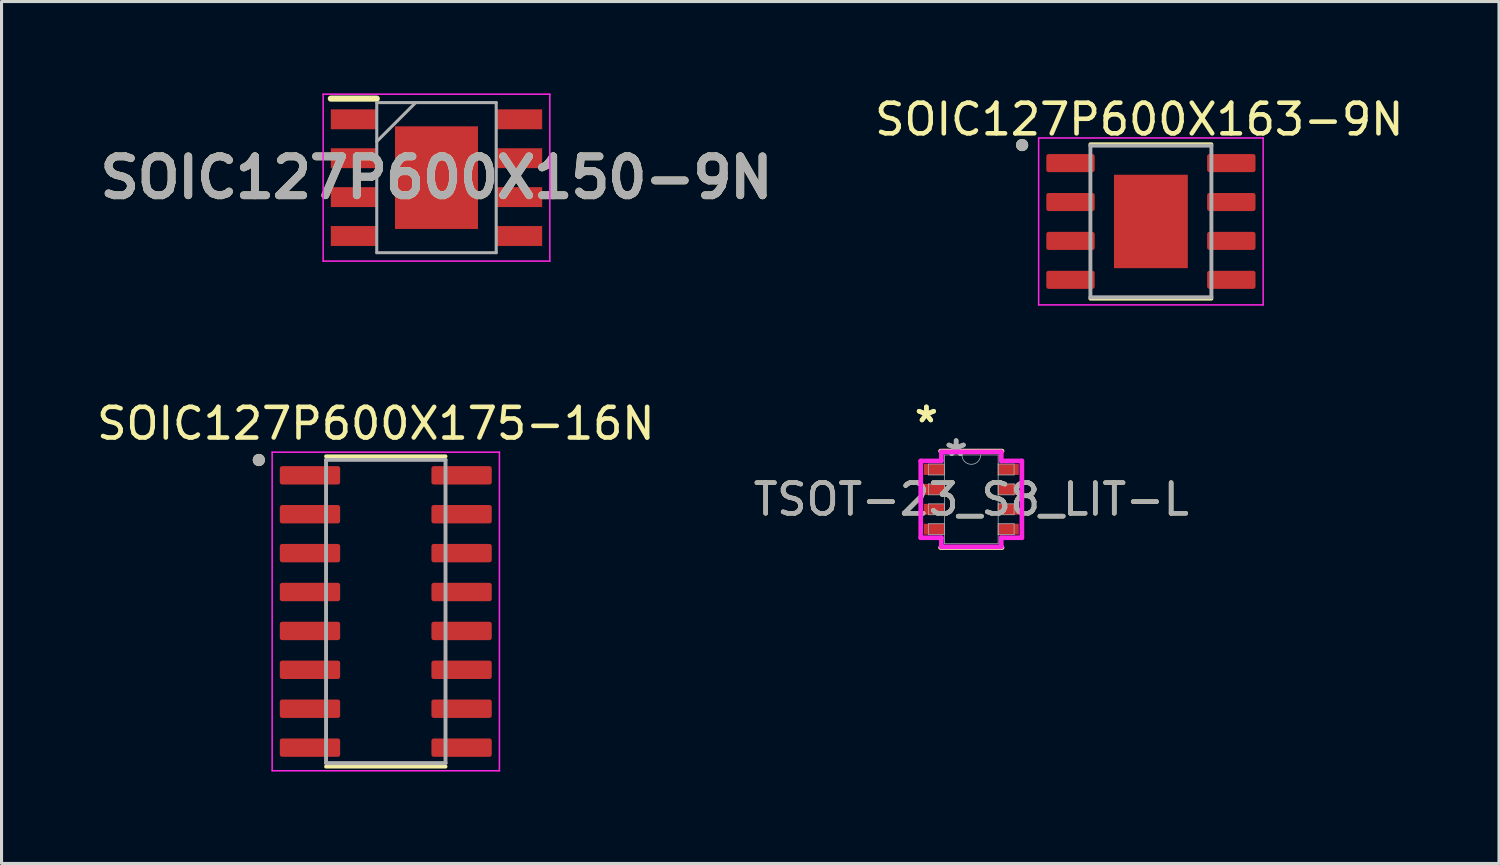
<source format=kicad_pcb>
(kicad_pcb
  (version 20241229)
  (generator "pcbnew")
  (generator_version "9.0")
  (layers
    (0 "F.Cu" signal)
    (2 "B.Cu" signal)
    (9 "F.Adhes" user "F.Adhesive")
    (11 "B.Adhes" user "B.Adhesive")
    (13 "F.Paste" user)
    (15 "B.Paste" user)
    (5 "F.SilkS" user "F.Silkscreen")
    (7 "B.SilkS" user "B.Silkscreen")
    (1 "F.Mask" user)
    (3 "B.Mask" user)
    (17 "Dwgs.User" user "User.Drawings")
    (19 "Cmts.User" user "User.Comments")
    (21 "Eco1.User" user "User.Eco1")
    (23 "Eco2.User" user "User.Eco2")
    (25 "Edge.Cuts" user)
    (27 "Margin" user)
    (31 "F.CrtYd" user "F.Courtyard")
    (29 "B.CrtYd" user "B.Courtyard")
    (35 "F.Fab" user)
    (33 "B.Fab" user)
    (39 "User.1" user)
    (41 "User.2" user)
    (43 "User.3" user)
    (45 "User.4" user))
  (footprint "SOIC127P600X175-16N"
    (layer "F.Cu")
    (at 9.545 16.913)
    (property "Reference" "SOIC127P600X175-16N" (at -0.325 -6.135 0) (layer "F.SilkS") (effects (font (size 1 1) (thickness 0.15))))
    (attr smd)
    (fp_line (start -1.95 -5.065) (end 1.95 -5.065) (stroke (width 0.127) (type solid)) (layer "F.SilkS"))
    (fp_line (start -1.95 5.065) (end 1.95 5.065) (stroke (width 0.127) (type solid)) (layer "F.SilkS"))
    (fp_circle (center -4.145 -4.945) (end -4.045 -4.945) (stroke (width 0.2) (type solid)) (fill no) (layer "F.SilkS"))
    (fp_line (start -3.71 -5.2) (end -3.71 5.2) (stroke (width 0.05) (type solid)) (layer "F.CrtYd"))
    (fp_line (start -3.71 -5.2) (end 3.71 -5.2) (stroke (width 0.05) (type solid)) (layer "F.CrtYd"))
    (fp_line (start -3.71 5.2) (end 3.71 5.2) (stroke (width 0.05) (type solid)) (layer "F.CrtYd"))
    (fp_line (start 3.71 -5.2) (end 3.71 5.2) (stroke (width 0.05) (type solid)) (layer "F.CrtYd"))
    (fp_line (start -1.95 -4.95) (end -1.95 4.95) (stroke (width 0.127) (type solid)) (layer "F.Fab"))
    (fp_line (start -1.95 -4.95) (end 1.95 -4.95) (stroke (width 0.127) (type solid)) (layer "F.Fab"))
    (fp_line (start -1.95 4.95) (end 1.95 4.95) (stroke (width 0.127) (type solid)) (layer "F.Fab"))
    (fp_line (start 1.95 -4.95) (end 1.95 4.95) (stroke (width 0.127) (type solid)) (layer "F.Fab"))
    (fp_circle (center -4.145 -4.945) (end -4.045 -4.945) (stroke (width 0.2) (type solid)) (fill no) (layer "F.Fab"))
    (pad "1" smd roundrect (at -2.475 -4.445) (size 1.97 0.6) (layers "F.Cu" "F.Mask" "F.Paste") (roundrect_rratio 0.125))
    (pad "2" smd roundrect (at -2.475 -3.175) (size 1.97 0.6) (layers "F.Cu" "F.Mask" "F.Paste") (roundrect_rratio 0.125))
    (pad "3" smd roundrect (at -2.475 -1.905) (size 1.97 0.6) (layers "F.Cu" "F.Mask" "F.Paste") (roundrect_rratio 0.125))
    (pad "4" smd roundrect (at -2.475 -0.635) (size 1.97 0.6) (layers "F.Cu" "F.Mask" "F.Paste") (roundrect_rratio 0.125))
    (pad "5" smd roundrect (at -2.475 0.635) (size 1.97 0.6) (layers "F.Cu" "F.Mask" "F.Paste") (roundrect_rratio 0.125))
    (pad "6" smd roundrect (at -2.475 1.905) (size 1.97 0.6) (layers "F.Cu" "F.Mask" "F.Paste") (roundrect_rratio 0.125))
    (pad "7" smd roundrect (at -2.475 3.175) (size 1.97 0.6) (layers "F.Cu" "F.Mask" "F.Paste") (roundrect_rratio 0.125))
    (pad "8" smd roundrect (at -2.475 4.445) (size 1.97 0.6) (layers "F.Cu" "F.Mask" "F.Paste") (roundrect_rratio 0.125))
    (pad "9" smd roundrect (at 2.475 4.445) (size 1.97 0.6) (layers "F.Cu" "F.Mask" "F.Paste") (roundrect_rratio 0.125))
    (pad "10" smd roundrect (at 2.475 3.175) (size 1.97 0.6) (layers "F.Cu" "F.Mask" "F.Paste") (roundrect_rratio 0.125))
    (pad "11" smd roundrect (at 2.475 1.905) (size 1.97 0.6) (layers "F.Cu" "F.Mask" "F.Paste") (roundrect_rratio 0.125))
    (pad "12" smd roundrect (at 2.475 0.635) (size 1.97 0.6) (layers "F.Cu" "F.Mask" "F.Paste") (roundrect_rratio 0.125))
    (pad "13" smd roundrect (at 2.475 -0.635) (size 1.97 0.6) (layers "F.Cu" "F.Mask" "F.Paste") (roundrect_rratio 0.125))
    (pad "14" smd roundrect (at 2.475 -1.905) (size 1.97 0.6) (layers "F.Cu" "F.Mask" "F.Paste") (roundrect_rratio 0.125))
    (pad "15" smd roundrect (at 2.475 -3.175) (size 1.97 0.6) (layers "F.Cu" "F.Mask" "F.Paste") (roundrect_rratio 0.125))
    (pad "16" smd roundrect (at 2.475 -4.445) (size 1.97 0.6) (layers "F.Cu" "F.Mask" "F.Paste") (roundrect_rratio 0.125)))
  (footprint "SOIC127P600X150-9N"
    (layer "F.Cu")
    (at 11.2 2.75)
    (property "Reference" "SOIC127P600X150-9N" (at 0 0 0) (layer "F.SilkS") (effects (font (size 1.27 1.27) (thickness 0.254))))
    (attr smd)
    (fp_line (start -3.45 -2.58) (end -1.95 -2.58) (stroke (width 0.2) (type solid)) (layer "F.SilkS"))
    (fp_line (start -3.7 -2.725) (end 3.7 -2.725) (stroke (width 0.05) (type solid)) (layer "F.CrtYd"))
    (fp_line (start -3.7 2.725) (end -3.7 -2.725) (stroke (width 0.05) (type solid)) (layer "F.CrtYd"))
    (fp_line (start 3.7 -2.725) (end 3.7 2.725) (stroke (width 0.05) (type solid)) (layer "F.CrtYd"))
    (fp_line (start 3.7 2.725) (end -3.7 2.725) (stroke (width 0.05) (type solid)) (layer "F.CrtYd"))
    (fp_line (start -1.95 -2.45) (end 1.95 -2.45) (stroke (width 0.1) (type solid)) (layer "F.Fab"))
    (fp_line (start -1.95 -1.18) (end -0.68 -2.45) (stroke (width 0.1) (type solid)) (layer "F.Fab"))
    (fp_line (start -1.95 2.45) (end -1.95 -2.45) (stroke (width 0.1) (type solid)) (layer "F.Fab"))
    (fp_line (start 1.95 -2.45) (end 1.95 2.45) (stroke (width 0.1) (type solid)) (layer "F.Fab"))
    (fp_line (start 1.95 2.45) (end -1.95 2.45) (stroke (width 0.1) (type solid)) (layer "F.Fab"))
    (fp_text user "${REFERENCE}" (at 0 0 0) (layer "F.Fab") (effects (font (size 1.27 1.27) (thickness 0.254))))
    (pad "1" smd rect (at -2.7 -1.905 90) (size 0.65 1.5) (layers "F.Cu" "F.Mask" "F.Paste"))
    (pad "2" smd rect (at -2.7 -0.635 90) (size 0.65 1.5) (layers "F.Cu" "F.Mask" "F.Paste"))
    (pad "3" smd rect (at -2.7 0.635 90) (size 0.65 1.5) (layers "F.Cu" "F.Mask" "F.Paste"))
    (pad "4" smd rect (at -2.7 1.905 90) (size 0.65 1.5) (layers "F.Cu" "F.Mask" "F.Paste"))
    (pad "5" smd rect (at 2.7 1.905 90) (size 0.65 1.5) (layers "F.Cu" "F.Mask" "F.Paste"))
    (pad "6" smd rect (at 2.7 0.635 90) (size 0.65 1.5) (layers "F.Cu" "F.Mask" "F.Paste"))
    (pad "7" smd rect (at 2.7 -0.635 90) (size 0.65 1.5) (layers "F.Cu" "F.Mask" "F.Paste"))
    (pad "8" smd rect (at 2.7 -1.905 90) (size 0.65 1.5) (layers "F.Cu" "F.Mask" "F.Paste"))
    (pad "9" smd rect (at 0 0) (size 2.71 3.35) (layers "F.Cu" "F.Mask" "F.Paste")))
  (footprint "TSOT-23_S8_LIT-L"
    (layer "F.Cu")
    (at 28.661 13.252)
    (property "Reference" "TSOT-23_S8_LIT-L" (at 0 0 0) (unlocked yes) (layer "F.SilkS") (effects (font (size 1 1) (thickness 0.15))))
    (attr smd)
    (fp_line (start -1.003 1.575) (end 1.003 1.575) (stroke (width 0.152) (type solid)) (layer "F.SilkS"))
    (fp_line (start 1.003 -1.575) (end -1.003 -1.575) (stroke (width 0.152) (type solid)) (layer "F.SilkS"))
    (fp_line (start -1.651 -1.254) (end -0.978 -1.254) (stroke (width 0.152) (type solid)) (layer "F.CrtYd"))
    (fp_line (start -1.651 1.254) (end -1.651 -1.254) (stroke (width 0.152) (type solid)) (layer "F.CrtYd"))
    (fp_line (start -1.651 1.254) (end -0.978 1.254) (stroke (width 0.152) (type solid)) (layer "F.CrtYd"))
    (fp_line (start -0.978 -1.549) (end 0.978 -1.549) (stroke (width 0.152) (type solid)) (layer "F.CrtYd"))
    (fp_line (start -0.978 -1.254) (end -0.978 -1.549) (stroke (width 0.152) (type solid)) (layer "F.CrtYd"))
    (fp_line (start -0.978 1.549) (end -0.978 1.254) (stroke (width 0.152) (type solid)) (layer "F.CrtYd"))
    (fp_line (start 0.978 -1.549) (end 0.978 -1.254) (stroke (width 0.152) (type solid)) (layer "F.CrtYd"))
    (fp_line (start 0.978 1.254) (end 0.978 1.549) (stroke (width 0.152) (type solid)) (layer "F.CrtYd"))
    (fp_line (start 0.978 1.549) (end -0.978 1.549) (stroke (width 0.152) (type solid)) (layer "F.CrtYd"))
    (fp_line (start 1.651 -1.254) (end 0.978 -1.254) (stroke (width 0.152) (type solid)) (layer "F.CrtYd"))
    (fp_line (start 1.651 -1.254) (end 1.651 1.254) (stroke (width 0.152) (type solid)) (layer "F.CrtYd"))
    (fp_line (start 1.651 1.254) (end 0.978 1.254) (stroke (width 0.152) (type solid)) (layer "F.CrtYd"))
    (fp_line (start -1.397 -1.153) (end -1.397 -0.797) (stroke (width 0.025) (type solid)) (layer "F.Fab"))
    (fp_line (start -1.397 -0.797) (end -0.876 -0.797) (stroke (width 0.025) (type solid)) (layer "F.Fab"))
    (fp_line (start -1.397 -0.503) (end -1.397 -0.147) (stroke (width 0.025) (type solid)) (layer "F.Fab"))
    (fp_line (start -1.397 -0.147) (end -0.876 -0.147) (stroke (width 0.025) (type solid)) (layer "F.Fab"))
    (fp_line (start -1.397 0.147) (end -1.397 0.503) (stroke (width 0.025) (type solid)) (layer "F.Fab"))
    (fp_line (start -1.397 0.503) (end -0.876 0.503) (stroke (width 0.025) (type solid)) (layer "F.Fab"))
    (fp_line (start -1.397 0.797) (end -1.397 1.153) (stroke (width 0.025) (type solid)) (layer "F.Fab"))
    (fp_line (start -1.397 1.153) (end -0.876 1.153) (stroke (width 0.025) (type solid)) (layer "F.Fab"))
    (fp_line (start -0.876 -1.448) (end -0.876 1.448) (stroke (width 0.025) (type solid)) (layer "F.Fab"))
    (fp_line (start -0.876 -1.153) (end -1.397 -1.153) (stroke (width 0.025) (type solid)) (layer "F.Fab"))
    (fp_line (start -0.876 -0.797) (end -0.876 -1.153) (stroke (width 0.025) (type solid)) (layer "F.Fab"))
    (fp_line (start -0.876 -0.503) (end -1.397 -0.503) (stroke (width 0.025) (type solid)) (layer "F.Fab"))
    (fp_line (start -0.876 -0.147) (end -0.876 -0.503) (stroke (width 0.025) (type solid)) (layer "F.Fab"))
    (fp_line (start -0.876 0.147) (end -1.397 0.147) (stroke (width 0.025) (type solid)) (layer "F.Fab"))
    (fp_line (start -0.876 0.503) (end -0.876 0.147) (stroke (width 0.025) (type solid)) (layer "F.Fab"))
    (fp_line (start -0.876 0.797) (end -1.397 0.797) (stroke (width 0.025) (type solid)) (layer "F.Fab"))
    (fp_line (start -0.876 1.153) (end -0.876 0.797) (stroke (width 0.025) (type solid)) (layer "F.Fab"))
    (fp_line (start -0.876 1.448) (end 0.876 1.448) (stroke (width 0.025) (type solid)) (layer "F.Fab"))
    (fp_line (start 0.876 -1.448) (end -0.876 -1.448) (stroke (width 0.025) (type solid)) (layer "F.Fab"))
    (fp_line (start 0.876 -1.153) (end 0.876 -0.797) (stroke (width 0.025) (type solid)) (layer "F.Fab"))
    (fp_line (start 0.876 -0.797) (end 1.397 -0.797) (stroke (width 0.025) (type solid)) (layer "F.Fab"))
    (fp_line (start 0.876 -0.503) (end 0.876 -0.147) (stroke (width 0.025) (type solid)) (layer "F.Fab"))
    (fp_line (start 0.876 -0.147) (end 1.397 -0.147) (stroke (width 0.025) (type solid)) (layer "F.Fab"))
    (fp_line (start 0.876 0.147) (end 0.876 0.503) (stroke (width 0.025) (type solid)) (layer "F.Fab"))
    (fp_line (start 0.876 0.503) (end 1.397 0.503) (stroke (width 0.025) (type solid)) (layer "F.Fab"))
    (fp_line (start 0.876 0.797) (end 0.876 1.153) (stroke (width 0.025) (type solid)) (layer "F.Fab"))
    (fp_line (start 0.876 1.153) (end 1.397 1.153) (stroke (width 0.025) (type solid)) (layer "F.Fab"))
    (fp_line (start 0.876 1.448) (end 0.876 -1.448) (stroke (width 0.025) (type solid)) (layer "F.Fab"))
    (fp_line (start 1.397 -1.153) (end 0.876 -1.153) (stroke (width 0.025) (type solid)) (layer "F.Fab"))
    (fp_line (start 1.397 -0.797) (end 1.397 -1.153) (stroke (width 0.025) (type solid)) (layer "F.Fab"))
    (fp_line (start 1.397 -0.503) (end 0.876 -0.503) (stroke (width 0.025) (type solid)) (layer "F.Fab"))
    (fp_line (start 1.397 -0.147) (end 1.397 -0.503) (stroke (width 0.025) (type solid)) (layer "F.Fab"))
    (fp_line (start 1.397 0.147) (end 0.876 0.147) (stroke (width 0.025) (type solid)) (layer "F.Fab"))
    (fp_line (start 1.397 0.503) (end 1.397 0.147) (stroke (width 0.025) (type solid)) (layer "F.Fab"))
    (fp_line (start 1.397 0.797) (end 0.876 0.797) (stroke (width 0.025) (type solid)) (layer "F.Fab"))
    (fp_line (start 1.397 1.153) (end 1.397 0.797) (stroke (width 0.025) (type solid)) (layer "F.Fab"))
    (fp_arc (start 0.3048 -1.4478) (mid 0 -1.143) (end -0.3048 -1.4478) (stroke (width 0.0254) (type solid)) (layer "F.Fab"))
    (fp_text user "*" (at -1.467 -2.474 0) (layer "F.SilkS") (effects (font (size 1 1) (thickness 0.15))))
    (fp_text user "*" (at -1.467 -2.474 0) (unlocked yes) (layer "F.SilkS") (effects (font (size 1 1) (thickness 0.15))))
    (fp_text user "*" (at -0.495 -1.372 0) (layer "F.Fab") (effects (font (size 1 1) (thickness 0.15))))
    (fp_text user "*" (at -0.495 -1.372 0) (unlocked yes) (layer "F.Fab") (effects (font (size 1 1) (thickness 0.15))))
    (fp_text user "${REFERENCE}" (at 0 0 0) (unlocked yes) (layer "F.Fab") (effects (font (size 1 1) (thickness 0.15))))
    (pad "1" smd rect (at -1.213 -0.975) (size 0.673 0.356) (layers "F.Cu" "F.Mask" "F.Paste"))
    (pad "2" smd rect (at -1.213 -0.325) (size 0.673 0.356) (layers "F.Cu" "F.Mask" "F.Paste"))
    (pad "3" smd rect (at -1.213 0.325) (size 0.673 0.356) (layers "F.Cu" "F.Mask" "F.Paste"))
    (pad "4" smd rect (at -1.213 0.975) (size 0.673 0.356) (layers "F.Cu" "F.Mask" "F.Paste"))
    (pad "5" smd rect (at 1.213 0.975) (size 0.673 0.356) (layers "F.Cu" "F.Mask" "F.Paste"))
    (pad "6" smd rect (at 1.213 0.325) (size 0.673 0.356) (layers "F.Cu" "F.Mask" "F.Paste"))
    (pad "7" smd rect (at 1.213 -0.325) (size 0.673 0.356) (layers "F.Cu" "F.Mask" "F.Paste"))
    (pad "8" smd rect (at 1.213 -0.975) (size 0.673 0.356) (layers "F.Cu" "F.Mask" "F.Paste")))
  (footprint "SOIC127P600X163-9N"
    (layer "F.Cu")
    (at 34.524 4.18)
    (property "Reference" "SOIC127P600X163-9N" (at -0.38 -3.332 0) (layer "F.SilkS") (effects (font (size 1 1) (thickness 0.15))))
    (attr smd)
    (fp_line (start -1.975 -2.52) (end 1.975 -2.52) (stroke (width 0.127) (type solid)) (layer "F.SilkS"))
    (fp_line (start -1.975 2.52) (end 1.975 2.52) (stroke (width 0.127) (type solid)) (layer "F.SilkS"))
    (fp_circle (center -4.205 -2.495) (end -4.105 -2.495) (stroke (width 0.2) (type solid)) (fill no) (layer "F.SilkS"))
    (fp_poly (pts (xy -0.603 -0.762) (xy 0.603 -0.762) (xy 0.603 0.762) (xy -0.603 0.762)) (stroke (width 0.01) (type solid)) (fill yes) (layer "F.Paste"))
    (fp_line (start -3.665 -2.725) (end -3.665 2.725) (stroke (width 0.05) (type solid)) (layer "F.CrtYd"))
    (fp_line (start -3.665 -2.725) (end 3.665 -2.725) (stroke (width 0.05) (type solid)) (layer "F.CrtYd"))
    (fp_line (start -3.665 2.725) (end 3.665 2.725) (stroke (width 0.05) (type solid)) (layer "F.CrtYd"))
    (fp_line (start 3.665 -2.725) (end 3.665 2.725) (stroke (width 0.05) (type solid)) (layer "F.CrtYd"))
    (fp_line (start -1.975 -2.475) (end -1.975 2.475) (stroke (width 0.127) (type solid)) (layer "F.Fab"))
    (fp_line (start -1.975 -2.475) (end 1.975 -2.475) (stroke (width 0.127) (type solid)) (layer "F.Fab"))
    (fp_line (start -1.975 2.475) (end 1.975 2.475) (stroke (width 0.127) (type solid)) (layer "F.Fab"))
    (fp_line (start 1.975 -2.475) (end 1.975 2.475) (stroke (width 0.127) (type solid)) (layer "F.Fab"))
    (fp_circle (center -4.205 -2.495) (end -4.105 -2.495) (stroke (width 0.2) (type solid)) (fill no) (layer "F.Fab"))
    (pad "1" smd roundrect (at -2.625 -1.905) (size 1.58 0.59) (layers "F.Cu" "F.Mask" "F.Paste") (roundrect_rratio 0.125))
    (pad "2" smd roundrect (at -2.625 -0.635) (size 1.58 0.59) (layers "F.Cu" "F.Mask" "F.Paste") (roundrect_rratio 0.125))
    (pad "3" smd roundrect (at -2.625 0.635) (size 1.58 0.59) (layers "F.Cu" "F.Mask" "F.Paste") (roundrect_rratio 0.125))
    (pad "4" smd roundrect (at -2.625 1.905) (size 1.58 0.59) (layers "F.Cu" "F.Mask" "F.Paste") (roundrect_rratio 0.125))
    (pad "5" smd roundrect (at 2.625 1.905) (size 1.58 0.59) (layers "F.Cu" "F.Mask" "F.Paste") (roundrect_rratio 0.125))
    (pad "6" smd roundrect (at 2.625 0.635) (size 1.58 0.59) (layers "F.Cu" "F.Mask" "F.Paste") (roundrect_rratio 0.125))
    (pad "7" smd roundrect (at 2.625 -0.635) (size 1.58 0.59) (layers "F.Cu" "F.Mask" "F.Paste") (roundrect_rratio 0.125))
    (pad "8" smd roundrect (at 2.625 -1.905) (size 1.58 0.59) (layers "F.Cu" "F.Mask" "F.Paste") (roundrect_rratio 0.125))
    (pad "9" smd rect (at 0 0) (size 2.41 3.05) (layers "F.Cu" "F.Mask")))
  (gr_rect
    (start -3 -3)
    (end 45.888 25.139)
    (stroke (width 0.1) (type default))
    (fill no)
    (layer "Edge.Cuts")))
</source>
